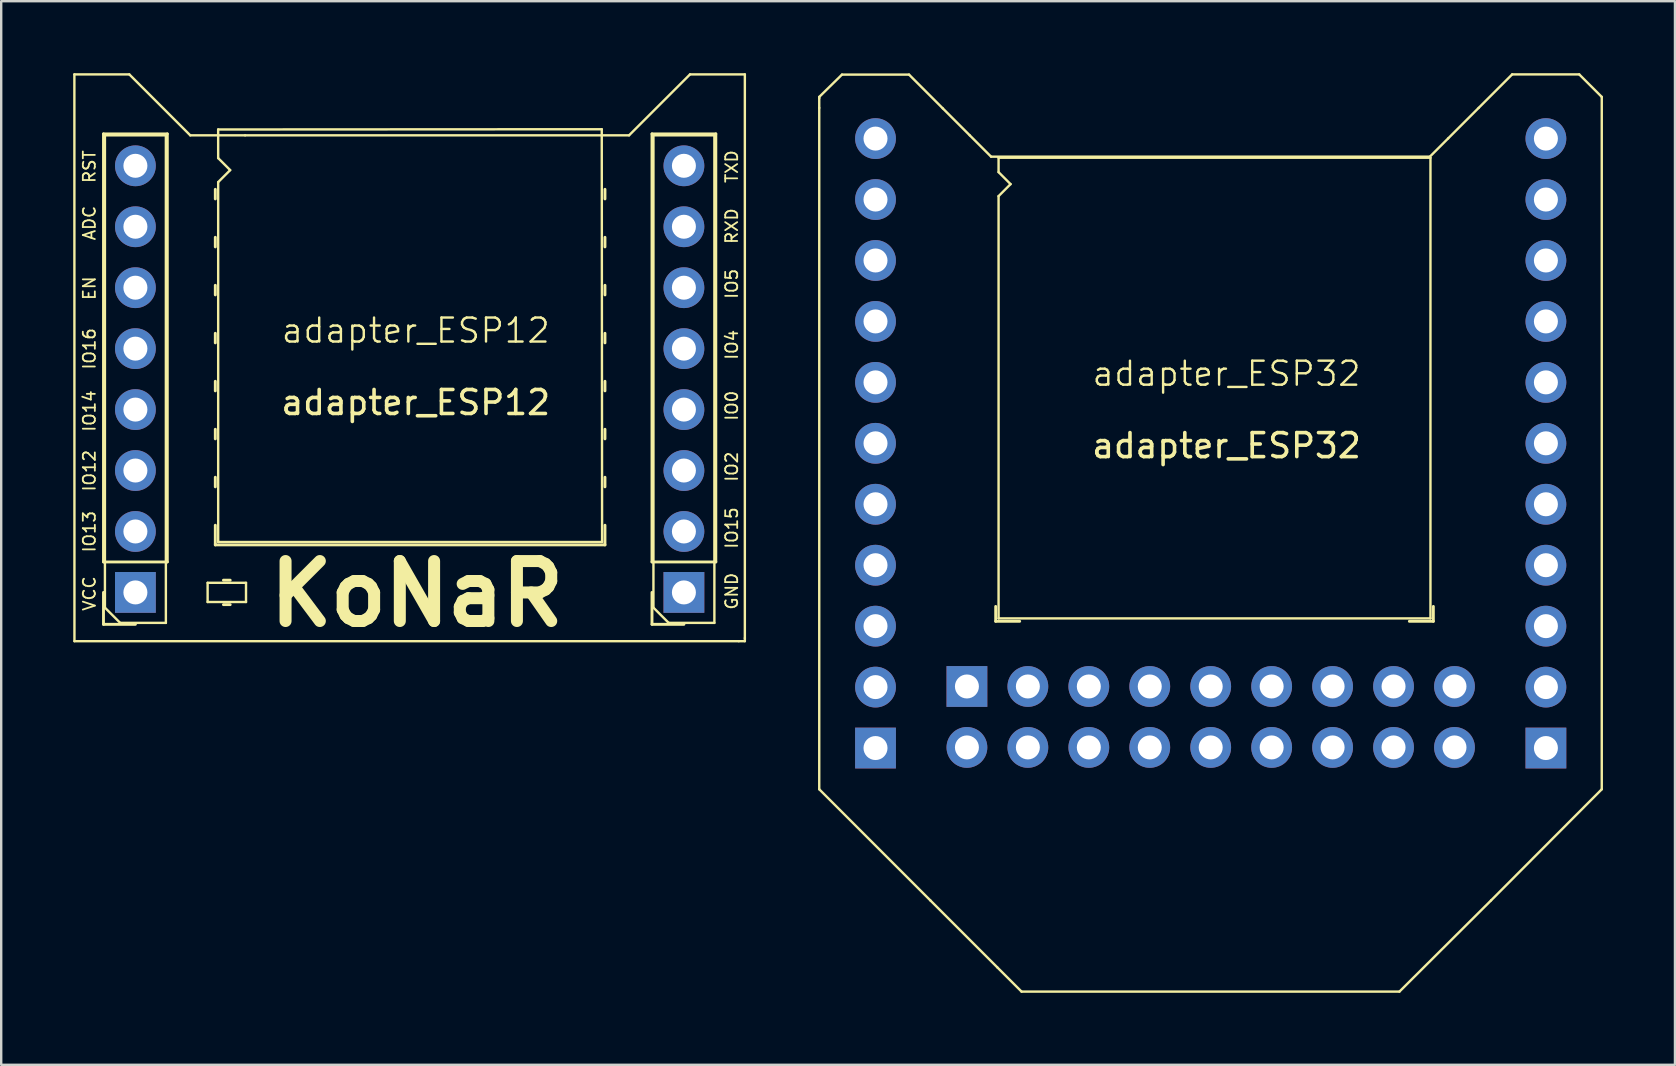
<source format=kicad_pcb>
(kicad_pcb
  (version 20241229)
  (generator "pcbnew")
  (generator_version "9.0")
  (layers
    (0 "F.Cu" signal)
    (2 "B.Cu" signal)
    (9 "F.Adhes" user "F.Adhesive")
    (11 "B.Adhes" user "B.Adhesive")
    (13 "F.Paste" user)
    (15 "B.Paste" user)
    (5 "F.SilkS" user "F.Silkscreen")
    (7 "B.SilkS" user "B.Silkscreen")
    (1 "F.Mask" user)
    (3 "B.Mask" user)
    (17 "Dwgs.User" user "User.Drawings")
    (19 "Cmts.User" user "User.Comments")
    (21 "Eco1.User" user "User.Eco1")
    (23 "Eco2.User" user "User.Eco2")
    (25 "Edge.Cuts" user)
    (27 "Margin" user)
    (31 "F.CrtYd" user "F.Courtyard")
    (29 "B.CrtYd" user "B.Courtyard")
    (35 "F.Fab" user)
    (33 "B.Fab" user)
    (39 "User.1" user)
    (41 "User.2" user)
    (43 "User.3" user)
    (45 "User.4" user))
  (footprint "adapter_ESP12"
    (layer "F.Cu")
    (at 14.277 11.226)
    (property "Reference" "adapter_ESP12" (at 0 -0.5 0) (unlocked yes) (layer "F.SilkS") (effects (font (size 1 1) (thickness 0.1))))
    (attr through_hole)
    (fp_line (start -14.227 -11.176) (end -14.224 12.446) (stroke (width 0.1) (type default)) (layer "F.SilkS"))
    (fp_line (start -14.227 -11.176) (end -11.941 -11.176) (stroke (width 0.1) (type default)) (layer "F.SilkS"))
    (fp_line (start -14.224 12.446) (end 13.462 12.446) (stroke (width 0.1) (type default)) (layer "F.SilkS"))
    (fp_line (start -13.014 -8.696) (end -10.354 -8.696) (stroke (width 0.12) (type solid)) (layer "F.SilkS"))
    (fp_line (start -13.014 9.144) (end -13.014 -8.696) (stroke (width 0.12) (type solid)) (layer "F.SilkS"))
    (fp_line (start -13.014 9.144) (end -10.354 9.144) (stroke (width 0.12) (type solid)) (layer "F.SilkS"))
    (fp_line (start -13.014 10.414) (end -13.014 11.744) (stroke (width 0.12) (type solid)) (layer "F.SilkS"))
    (fp_line (start -13.014 11.744) (end -11.684 11.744) (stroke (width 0.12) (type solid)) (layer "F.SilkS"))
    (fp_line (start -12.954 -8.636) (end -12.954 11.049) (stroke (width 0.1) (type solid)) (layer "F.SilkS"))
    (fp_line (start -12.954 11.049) (end -12.319 11.684) (stroke (width 0.1) (type solid)) (layer "F.SilkS"))
    (fp_line (start -12.319 11.684) (end -10.414 11.684) (stroke (width 0.1) (type solid)) (layer "F.SilkS"))
    (fp_line (start -10.414 -8.636) (end -12.954 -8.636) (stroke (width 0.1) (type solid)) (layer "F.SilkS"))
    (fp_line (start -10.414 11.684) (end -10.414 -8.636) (stroke (width 0.1) (type solid)) (layer "F.SilkS"))
    (fp_line (start -10.354 9.144) (end -10.354 -8.696) (stroke (width 0.12) (type solid)) (layer "F.SilkS"))
    (fp_line (start -9.398 -8.636) (end -11.938 -11.176) (stroke (width 0.1) (type default)) (layer "F.SilkS"))
    (fp_line (start -8.674 10.014) (end -8.674 10.814) (stroke (width 0.1) (type solid)) (layer "F.SilkS"))
    (fp_line (start -8.674 10.814) (end -7.074 10.814) (stroke (width 0.1) (type solid)) (layer "F.SilkS"))
    (fp_line (start -8.354 -5.986) (end -8.354 -6.386) (stroke (width 0.12) (type solid)) (layer "F.SilkS"))
    (fp_line (start -8.354 -3.986) (end -8.354 -4.386) (stroke (width 0.12) (type solid)) (layer "F.SilkS"))
    (fp_line (start -8.354 -1.986) (end -8.354 -2.386) (stroke (width 0.12) (type solid)) (layer "F.SilkS"))
    (fp_line (start -8.354 0.014) (end -8.354 -0.386) (stroke (width 0.12) (type solid)) (layer "F.SilkS"))
    (fp_line (start -8.354 2.014) (end -8.354 1.614) (stroke (width 0.12) (type solid)) (layer "F.SilkS"))
    (fp_line (start -8.354 4.014) (end -8.354 3.614) (stroke (width 0.12) (type solid)) (layer "F.SilkS"))
    (fp_line (start -8.354 6.014) (end -8.354 5.614) (stroke (width 0.12) (type solid)) (layer "F.SilkS"))
    (fp_line (start -8.354 8.434) (end -8.354 7.614) (stroke (width 0.12) (type solid)) (layer "F.SilkS"))
    (fp_line (start -8.235 -8.88) (end 7.752 -8.89) (stroke (width 0.1) (type default)) (layer "F.SilkS"))
    (fp_line (start -8.234 -7.686) (end -8.235 -8.88) (stroke (width 0.1) (type default)) (layer "F.SilkS"))
    (fp_line (start -8.234 -6.686) (end -7.734 -7.186) (stroke (width 0.1) (type solid)) (layer "F.SilkS"))
    (fp_line (start -8.234 8.314) (end -8.234 -6.686) (stroke (width 0.1) (type solid)) (layer "F.SilkS"))
    (fp_line (start -8.015 9.904) (end -7.733 9.904) (stroke (width 0.12) (type solid)) (layer "F.SilkS"))
    (fp_line (start -8.015 10.924) (end -7.733 10.924) (stroke (width 0.12) (type solid)) (layer "F.SilkS"))
    (fp_line (start -7.734 -7.186) (end -8.234 -7.686) (stroke (width 0.1) (type solid)) (layer "F.SilkS"))
    (fp_line (start -7.112 -8.636) (end -9.398 -8.636) (stroke (width 0.1) (type default)) (layer "F.SilkS"))
    (fp_line (start -7.112 -8.636) (end 8.89 -8.636) (stroke (width 0.1) (type default)) (layer "F.SilkS"))
    (fp_line (start -7.074 10.014) (end -8.674 10.014) (stroke (width 0.1) (type solid)) (layer "F.SilkS"))
    (fp_line (start -7.074 10.814) (end -7.074 10.014) (stroke (width 0.1) (type solid)) (layer "F.SilkS"))
    (fp_line (start 7.766 8.314) (end -8.234 8.314) (stroke (width 0.1) (type solid)) (layer "F.SilkS"))
    (fp_line (start 7.766 8.314) (end 7.752 -8.89) (stroke (width 0.1) (type default)) (layer "F.SilkS"))
    (fp_line (start 7.886 -5.986) (end 7.886 -6.386) (stroke (width 0.12) (type solid)) (layer "F.SilkS"))
    (fp_line (start 7.886 -3.986) (end 7.886 -4.386) (stroke (width 0.12) (type solid)) (layer "F.SilkS"))
    (fp_line (start 7.886 -1.986) (end 7.886 -2.386) (stroke (width 0.12) (type solid)) (layer "F.SilkS"))
    (fp_line (start 7.886 0.014) (end 7.886 -0.386) (stroke (width 0.12) (type solid)) (layer "F.SilkS"))
    (fp_line (start 7.886 2.014) (end 7.886 1.614) (stroke (width 0.12) (type solid)) (layer "F.SilkS"))
    (fp_line (start 7.886 4.014) (end 7.886 3.614) (stroke (width 0.12) (type solid)) (layer "F.SilkS"))
    (fp_line (start 7.886 6.014) (end 7.886 5.614) (stroke (width 0.12) (type solid)) (layer "F.SilkS"))
    (fp_line (start 7.886 7.614) (end 7.886 8.434) (stroke (width 0.12) (type solid)) (layer "F.SilkS"))
    (fp_line (start 7.886 8.434) (end -8.354 8.434) (stroke (width 0.12) (type solid)) (layer "F.SilkS"))
    (fp_line (start 8.89 -8.636) (end 11.43 -11.176) (stroke (width 0.1) (type default)) (layer "F.SilkS"))
    (fp_line (start 9.846 -8.696) (end 12.506 -8.696) (stroke (width 0.12) (type solid)) (layer "F.SilkS"))
    (fp_line (start 9.846 9.144) (end 9.846 -8.696) (stroke (width 0.12) (type solid)) (layer "F.SilkS"))
    (fp_line (start 9.846 9.144) (end 12.506 9.144) (stroke (width 0.12) (type solid)) (layer "F.SilkS"))
    (fp_line (start 9.846 10.414) (end 9.846 11.744) (stroke (width 0.12) (type solid)) (layer "F.SilkS"))
    (fp_line (start 9.846 11.744) (end 11.176 11.744) (stroke (width 0.12) (type solid)) (layer "F.SilkS"))
    (fp_line (start 9.906 -8.636) (end 9.906 11.049) (stroke (width 0.1) (type solid)) (layer "F.SilkS"))
    (fp_line (start 9.906 11.049) (end 10.541 11.684) (stroke (width 0.1) (type solid)) (layer "F.SilkS"))
    (fp_line (start 10.541 11.684) (end 12.446 11.684) (stroke (width 0.1) (type solid)) (layer "F.SilkS"))
    (fp_line (start 11.43 -11.176) (end 13.716 -11.176) (stroke (width 0.1) (type default)) (layer "F.SilkS"))
    (fp_line (start 12.446 -8.636) (end 9.906 -8.636) (stroke (width 0.1) (type solid)) (layer "F.SilkS"))
    (fp_line (start 12.446 11.684) (end 12.446 -8.636) (stroke (width 0.1) (type solid)) (layer "F.SilkS"))
    (fp_line (start 12.506 9.144) (end 12.506 -8.696) (stroke (width 0.12) (type solid)) (layer "F.SilkS"))
    (fp_line (start 13.462 12.446) (end 13.716 12.446) (stroke (width 0.1) (type default)) (layer "F.SilkS"))
    (fp_line (start 13.716 12.319) (end 13.716 -11.176) (stroke (width 0.1) (type default)) (layer "F.SilkS"))
    (fp_line (start 13.716 12.446) (end 13.716 12.319) (stroke (width 0.1) (type default)) (layer "F.SilkS"))
    (fp_text user "IO0" (at 13.462 3.302 90) (unlocked yes) (layer "F.SilkS") (effects (font (size 0.5 0.5) (thickness 0.075)) (justify left bottom)))
    (fp_text user "IO5" (at 13.462 -1.778 90) (unlocked yes) (layer "F.SilkS") (effects (font (size 0.5 0.5) (thickness 0.075)) (justify left bottom)))
    (fp_text user "IO12" (at -13.31 6.248 90) (unlocked yes) (layer "F.SilkS") (effects (font (size 0.5 0.5) (thickness 0.075)) (justify left bottom)))
    (fp_text user "${REFERENCE}" (at 0 2.5 0) (unlocked yes) (layer "F.SilkS") (effects (font (size 1 1) (thickness 0.15))))
    (fp_text user "IO13" (at -13.31 8.788 90) (unlocked yes) (layer "F.SilkS") (effects (font (size 0.5 0.5) (thickness 0.075)) (justify left bottom)))
    (fp_text user "GND" (at 13.462 11.176 90) (unlocked yes) (layer "F.SilkS") (effects (font (size 0.5 0.5) (thickness 0.075)) (justify left bottom)))
    (fp_text user "IO4" (at 13.462 0.762 90) (unlocked yes) (layer "F.SilkS") (effects (font (size 0.5 0.5) (thickness 0.075)) (justify left bottom)))
    (fp_text user "IO15" (at 13.462 8.636 90) (unlocked yes) (layer "F.SilkS") (effects (font (size 0.5 0.5) (thickness 0.075)) (justify left bottom)))
    (fp_text user "EN" (at -13.31 -1.727 90) (unlocked yes) (layer "F.SilkS") (effects (font (size 0.5 0.5) (thickness 0.075)) (justify left bottom)))
    (fp_text user "TXD" (at 13.462 -6.604 90) (unlocked yes) (layer "F.SilkS") (effects (font (size 0.5 0.5) (thickness 0.075)) (justify left bottom)))
    (fp_text user "RST" (at -13.31 -6.604 90) (unlocked yes) (layer "F.SilkS") (effects (font (size 0.5 0.5) (thickness 0.075)) (justify left bottom)))
    (fp_text user "IO2" (at 13.462 5.842 90) (unlocked yes) (layer "F.SilkS") (effects (font (size 0.5 0.5) (thickness 0.075)) (justify left bottom)))
    (fp_text user "KoNaR" (at -6.35 11.938 0) (unlocked yes) (layer "F.SilkS") (effects (font (size 2.5 2.5) (thickness 0.5) (bold yes)) (justify left bottom)))
    (fp_text user "IO14" (at -13.31 3.759 90) (unlocked yes) (layer "F.SilkS") (effects (font (size 0.5 0.5) (thickness 0.075)) (justify left bottom)))
    (fp_text user "RXD" (at 13.462 -4.064 90) (unlocked yes) (layer "F.SilkS") (effects (font (size 0.5 0.5) (thickness 0.075)) (justify left bottom)))
    (fp_text user "ADC" (at -13.31 -4.216 90) (unlocked yes) (layer "F.SilkS") (effects (font (size 0.5 0.5) (thickness 0.075)) (justify left bottom)))
    (fp_text user "IO16" (at -13.31 1.168 90) (unlocked yes) (layer "F.SilkS") (effects (font (size 0.5 0.5) (thickness 0.075)) (justify left bottom)))
    (fp_text user "VCC" (at -13.31 11.227 90) (unlocked yes) (layer "F.SilkS") (effects (font (size 0.5 0.5) (thickness 0.075)) (justify left bottom)))
    (pad "1" thru_hole rect (at -11.684 10.414) (size 1.7 1.7) (drill 1) (layers "*.Cu" "*.Mask"))
    (pad "1" thru_hole rect (at 11.176 10.414) (size 1.7 1.7) (drill 1) (layers "*.Cu" "*.Mask"))
    (pad "2" thru_hole oval (at -11.684 7.874) (size 1.7 1.7) (drill 1) (layers "*.Cu" "*.Mask"))
    (pad "2" thru_hole oval (at 11.176 7.874) (size 1.7 1.7) (drill 1) (layers "*.Cu" "*.Mask"))
    (pad "3" thru_hole oval (at -11.684 5.334) (size 1.7 1.7) (drill 1) (layers "*.Cu" "*.Mask"))
    (pad "3" thru_hole oval (at 11.176 5.334) (size 1.7 1.7) (drill 1) (layers "*.Cu" "*.Mask"))
    (pad "4" thru_hole oval (at -11.684 2.794) (size 1.7 1.7) (drill 1) (layers "*.Cu" "*.Mask"))
    (pad "4" thru_hole oval (at 11.176 2.794) (size 1.7 1.7) (drill 1) (layers "*.Cu" "*.Mask"))
    (pad "5" thru_hole oval (at -11.684 0.254) (size 1.7 1.7) (drill 1) (layers "*.Cu" "*.Mask"))
    (pad "5" thru_hole oval (at 11.176 0.254) (size 1.7 1.7) (drill 1) (layers "*.Cu" "*.Mask"))
    (pad "6" thru_hole oval (at -11.684 -2.286) (size 1.7 1.7) (drill 1) (layers "*.Cu" "*.Mask"))
    (pad "6" thru_hole oval (at 11.176 -2.286) (size 1.7 1.7) (drill 1) (layers "*.Cu" "*.Mask"))
    (pad "7" thru_hole oval (at -11.684 -4.826) (size 1.7 1.7) (drill 1) (layers "*.Cu" "*.Mask"))
    (pad "7" thru_hole oval (at 11.176 -4.826) (size 1.7 1.7) (drill 1) (layers "*.Cu" "*.Mask"))
    (pad "8" thru_hole oval (at -11.684 -7.366) (size 1.7 1.7) (drill 1) (layers "*.Cu" "*.Mask"))
    (pad "8" thru_hole oval (at 11.176 -7.366) (size 1.7 1.7) (drill 1) (layers "*.Cu" "*.Mask")))
  (footprint "adapter_ESP32"
    (layer "F.Cu")
    (at 47.187 15.344)
    (property "Reference" "adapter_ESP32" (at 0.88 -2.82 0) (unlocked yes) (layer "F.SilkS") (effects (font (size 1 1) (thickness 0.1))))
    (attr smd)
    (fp_line (start -16.094 -14.355) (end -16.094 -14.304) (stroke (width 0.1) (type default)) (layer "F.SilkS"))
    (fp_line (start -16.094 -13.897) (end -16.094 -14.304) (stroke (width 0.1) (type default)) (layer "F.SilkS"))
    (fp_line (start -16.094 14.5) (end -16.094 -13.897) (stroke (width 0.1) (type default)) (layer "F.SilkS"))
    (fp_line (start -16.094 14.5) (end -11.463 19.132) (stroke (width 0.1) (type default)) (layer "F.SilkS"))
    (fp_line (start -15.146 -15.285) (end -16.094 -14.355) (stroke (width 0.1) (type default)) (layer "F.SilkS"))
    (fp_line (start -12.352 -15.285) (end -15.146 -15.285) (stroke (width 0.1) (type default)) (layer "F.SilkS"))
    (fp_line (start -11.463 19.132) (end -8.678 21.917) (stroke (width 0.1) (type default)) (layer "F.SilkS"))
    (fp_line (start -10.946 -13.879) (end -12.352 -15.285) (stroke (width 0.1) (type default)) (layer "F.SilkS"))
    (fp_line (start -10.946 -13.879) (end -9.821 -12.754) (stroke (width 0.1) (type default)) (layer "F.SilkS"))
    (fp_line (start -9.821 -12.754) (end -8.932 -11.865) (stroke (width 0.1) (type default)) (layer "F.SilkS"))
    (fp_line (start -8.932 -11.865) (end 9.356 -11.865) (stroke (width 0.1) (type default)) (layer "F.SilkS"))
    (fp_line (start -8.74 6.88) (end -8.74 7.5) (stroke (width 0.12) (type solid)) (layer "F.SilkS"))
    (fp_line (start -8.74 7.5) (end -7.74 7.5) (stroke (width 0.12) (type solid)) (layer "F.SilkS"))
    (fp_line (start -8.678 21.917) (end -7.662 22.933) (stroke (width 0.1) (type default)) (layer "F.SilkS"))
    (fp_line (start -8.62 -11.82) (end -8.62 -11.22) (stroke (width 0.1) (type solid)) (layer "F.SilkS"))
    (fp_line (start -8.62 -11.82) (end 9.38 -11.82) (stroke (width 0.1) (type solid)) (layer "F.SilkS"))
    (fp_line (start -8.62 -10.22) (end -8.62 7.38) (stroke (width 0.1) (type solid)) (layer "F.SilkS"))
    (fp_line (start -8.62 -10.22) (end -8.12 -10.72) (stroke (width 0.1) (type solid)) (layer "F.SilkS"))
    (fp_line (start -8.62 7.38) (end 9.38 7.38) (stroke (width 0.1) (type solid)) (layer "F.SilkS"))
    (fp_line (start -8.12 -10.72) (end -8.62 -11.22) (stroke (width 0.1) (type solid)) (layer "F.SilkS"))
    (fp_line (start -7.662 22.933) (end 8.086 22.933) (stroke (width 0.1) (type default)) (layer "F.SilkS"))
    (fp_line (start 9.38 7.38) (end 9.38 -11.82) (stroke (width 0.1) (type solid)) (layer "F.SilkS"))
    (fp_line (start 9.5 6.88) (end 9.5 7.5) (stroke (width 0.12) (type solid)) (layer "F.SilkS"))
    (fp_line (start 9.5 7.5) (end 8.5 7.5) (stroke (width 0.12) (type solid)) (layer "F.SilkS"))
    (fp_line (start 10.118 -12.627) (end 9.356 -11.865) (stroke (width 0.1) (type default)) (layer "F.SilkS"))
    (fp_line (start 11.388 -13.897) (end 10.118 -12.627) (stroke (width 0.1) (type default)) (layer "F.SilkS"))
    (fp_line (start 11.905 19.132) (end 8.086 22.933) (stroke (width 0.1) (type default)) (layer "F.SilkS"))
    (fp_line (start 12.785 -15.294) (end 11.388 -13.897) (stroke (width 0.1) (type default)) (layer "F.SilkS"))
    (fp_line (start 15.579 -15.294) (end 12.785 -15.294) (stroke (width 0.1) (type default)) (layer "F.SilkS"))
    (fp_line (start 16.519 -14.355) (end 15.579 -15.294) (stroke (width 0.1) (type default)) (layer "F.SilkS"))
    (fp_line (start 16.519 -14.355) (end 16.519 14.5) (stroke (width 0.1) (type default)) (layer "F.SilkS"))
    (fp_line (start 16.519 14.5) (end 11.905 19.132) (stroke (width 0.1) (type default)) (layer "F.SilkS"))
    (fp_text user "${REFERENCE}" (at 0.88 0.18 0) (unlocked yes) (layer "F.SilkS") (effects (font (size 1 1) (thickness 0.15))))
    (pad "1" thru_hole rect (at -13.749 12.782) (size 1.7 1.7) (drill 1) (layers "*.Cu" "*.Mask"))
    (pad "1" thru_hole rect (at -9.939 10.216 270) (size 1.7 1.7) (drill 1) (layers "*.Cu" "*.Mask"))
    (pad "1" thru_hole rect (at 14.191 12.782) (size 1.7 1.7) (drill 1) (layers "*.Cu" "*.Mask"))
    (pad "2" thru_hole oval (at -13.749 10.242) (size 1.7 1.7) (drill 1) (layers "*.Cu" "*.Mask"))
    (pad "2" thru_hole oval (at -9.939 12.756 270) (size 1.7 1.7) (drill 1) (layers "*.Cu" "*.Mask"))
    (pad "2" thru_hole oval (at 14.191 10.242) (size 1.7 1.7) (drill 1) (layers "*.Cu" "*.Mask"))
    (pad "3" thru_hole oval (at -13.749 7.702) (size 1.7 1.7) (drill 1) (layers "*.Cu" "*.Mask"))
    (pad "3" thru_hole oval (at -7.399 10.216 270) (size 1.7 1.7) (drill 1) (layers "*.Cu" "*.Mask"))
    (pad "3" thru_hole oval (at 14.191 7.702) (size 1.7 1.7) (drill 1) (layers "*.Cu" "*.Mask"))
    (pad "4" thru_hole oval (at -13.749 5.162) (size 1.7 1.7) (drill 1) (layers "*.Cu" "*.Mask"))
    (pad "4" thru_hole oval (at -7.399 12.756 270) (size 1.7 1.7) (drill 1) (layers "*.Cu" "*.Mask"))
    (pad "4" thru_hole oval (at 14.191 5.162) (size 1.7 1.7) (drill 1) (layers "*.Cu" "*.Mask"))
    (pad "5" thru_hole oval (at -13.749 2.622) (size 1.7 1.7) (drill 1) (layers "*.Cu" "*.Mask"))
    (pad "5" thru_hole oval (at -4.859 10.216 270) (size 1.7 1.7) (drill 1) (layers "*.Cu" "*.Mask"))
    (pad "5" thru_hole oval (at 14.191 2.622) (size 1.7 1.7) (drill 1) (layers "*.Cu" "*.Mask"))
    (pad "6" thru_hole oval (at -13.749 0.082) (size 1.7 1.7) (drill 1) (layers "*.Cu" "*.Mask"))
    (pad "6" thru_hole oval (at -4.859 12.756 270) (size 1.7 1.7) (drill 1) (layers "*.Cu" "*.Mask"))
    (pad "6" thru_hole oval (at 14.191 0.082) (size 1.7 1.7) (drill 1) (layers "*.Cu" "*.Mask"))
    (pad "7" thru_hole oval (at -13.749 -2.458) (size 1.7 1.7) (drill 1) (layers "*.Cu" "*.Mask"))
    (pad "7" thru_hole oval (at -2.319 10.216 270) (size 1.7 1.7) (drill 1) (layers "*.Cu" "*.Mask"))
    (pad "7" thru_hole oval (at 14.191 -2.458) (size 1.7 1.7) (drill 1) (layers "*.Cu" "*.Mask"))
    (pad "8" thru_hole oval (at -13.749 -4.998) (size 1.7 1.7) (drill 1) (layers "*.Cu" "*.Mask"))
    (pad "8" thru_hole oval (at -2.319 12.756 270) (size 1.7 1.7) (drill 1) (layers "*.Cu" "*.Mask"))
    (pad "8" thru_hole oval (at 14.191 -4.998) (size 1.7 1.7) (drill 1) (layers "*.Cu" "*.Mask"))
    (pad "9" thru_hole oval (at -13.749 -7.538) (size 1.7 1.7) (drill 1) (layers "*.Cu" "*.Mask"))
    (pad "9" thru_hole oval (at 0.221 10.216 270) (size 1.7 1.7) (drill 1) (layers "*.Cu" "*.Mask"))
    (pad "9" thru_hole oval (at 14.191 -7.538) (size 1.7 1.7) (drill 1) (layers "*.Cu" "*.Mask"))
    (pad "10" thru_hole oval (at -13.749 -10.078) (size 1.7 1.7) (drill 1) (layers "*.Cu" "*.Mask"))
    (pad "10" thru_hole oval (at 0.221 12.756 270) (size 1.7 1.7) (drill 1) (layers "*.Cu" "*.Mask"))
    (pad "10" thru_hole oval (at 14.191 -10.078) (size 1.7 1.7) (drill 1) (layers "*.Cu" "*.Mask"))
    (pad "11" thru_hole oval (at -13.749 -12.618) (size 1.7 1.7) (drill 1) (layers "*.Cu" "*.Mask"))
    (pad "11" thru_hole oval (at 2.761 10.216 270) (size 1.7 1.7) (drill 1) (layers "*.Cu" "*.Mask"))
    (pad "11" thru_hole oval (at 14.191 -12.618) (size 1.7 1.7) (drill 1) (layers "*.Cu" "*.Mask"))
    (pad "12" thru_hole oval (at 2.761 12.756 270) (size 1.7 1.7) (drill 1) (layers "*.Cu" "*.Mask"))
    (pad "13" thru_hole oval (at 5.301 10.216 270) (size 1.7 1.7) (drill 1) (layers "*.Cu" "*.Mask"))
    (pad "14" thru_hole oval (at 5.301 12.756 270) (size 1.7 1.7) (drill 1) (layers "*.Cu" "*.Mask"))
    (pad "15" thru_hole oval (at 7.841 10.216 270) (size 1.7 1.7) (drill 1) (layers "*.Cu" "*.Mask"))
    (pad "16" thru_hole oval (at 7.841 12.756 270) (size 1.7 1.7) (drill 1) (layers "*.Cu" "*.Mask"))
    (pad "17" thru_hole oval (at 10.381 10.216 270) (size 1.7 1.7) (drill 1) (layers "*.Cu" "*.Mask"))
    (pad "18" thru_hole oval (at 10.381 12.756 270) (size 1.7 1.7) (drill 1) (layers "*.Cu" "*.Mask")))
  (gr_rect
    (start -3 -3)
    (end 66.757 41.327)
    (stroke (width 0.1) (type default))
    (fill no)
    (layer "Edge.Cuts")))
</source>
